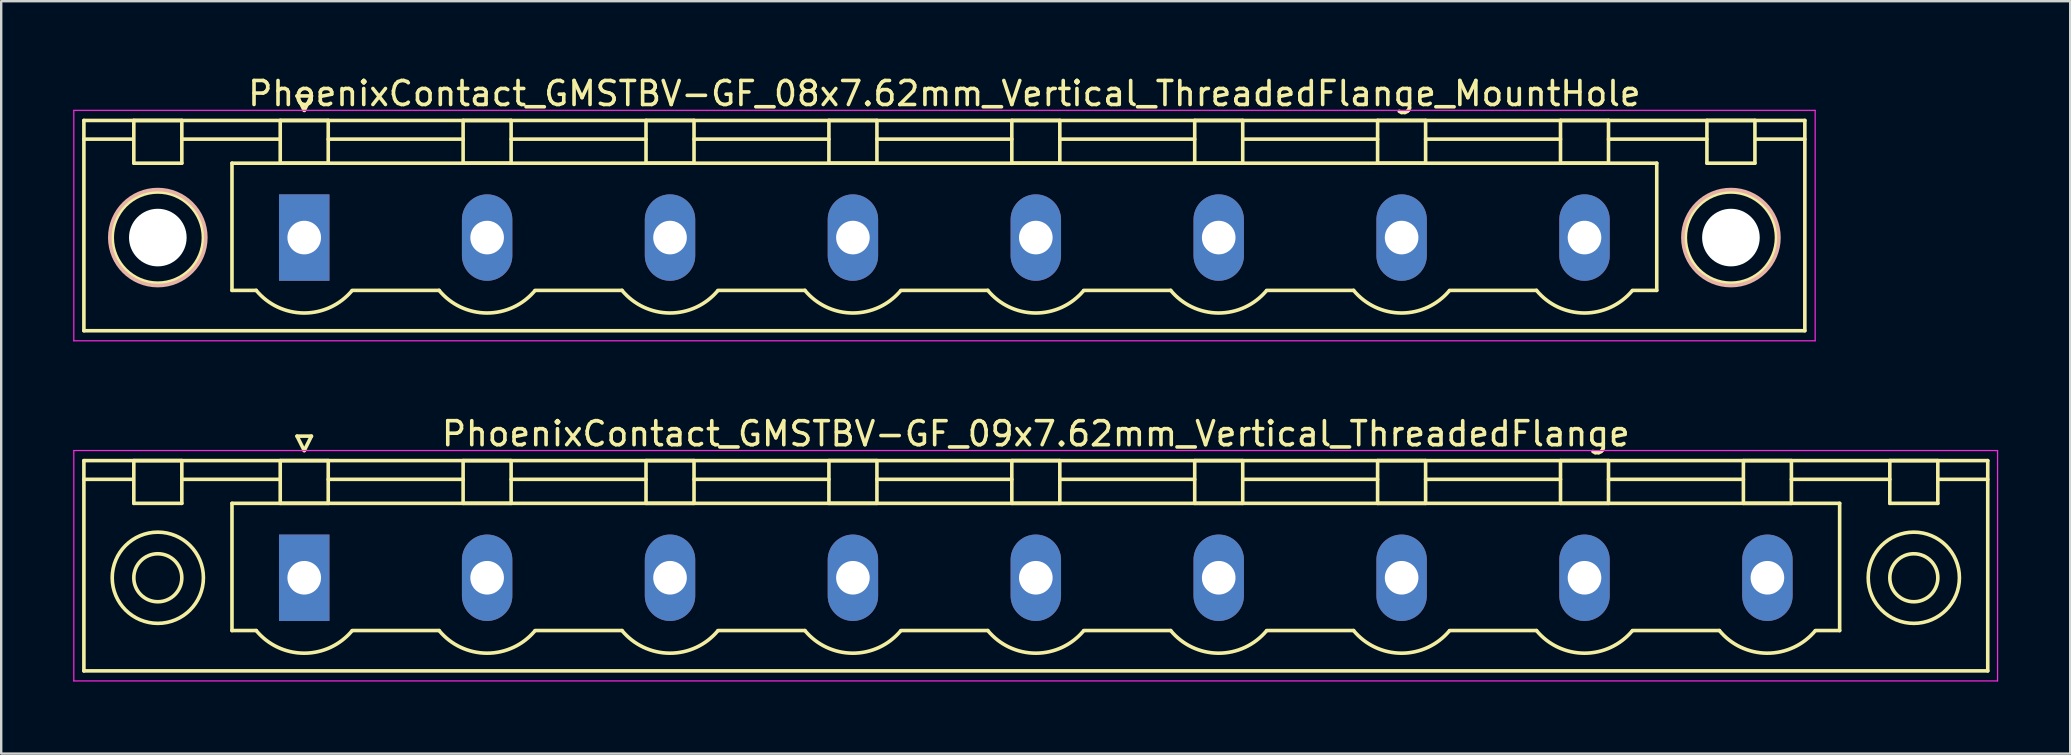
<source format=kicad_pcb>
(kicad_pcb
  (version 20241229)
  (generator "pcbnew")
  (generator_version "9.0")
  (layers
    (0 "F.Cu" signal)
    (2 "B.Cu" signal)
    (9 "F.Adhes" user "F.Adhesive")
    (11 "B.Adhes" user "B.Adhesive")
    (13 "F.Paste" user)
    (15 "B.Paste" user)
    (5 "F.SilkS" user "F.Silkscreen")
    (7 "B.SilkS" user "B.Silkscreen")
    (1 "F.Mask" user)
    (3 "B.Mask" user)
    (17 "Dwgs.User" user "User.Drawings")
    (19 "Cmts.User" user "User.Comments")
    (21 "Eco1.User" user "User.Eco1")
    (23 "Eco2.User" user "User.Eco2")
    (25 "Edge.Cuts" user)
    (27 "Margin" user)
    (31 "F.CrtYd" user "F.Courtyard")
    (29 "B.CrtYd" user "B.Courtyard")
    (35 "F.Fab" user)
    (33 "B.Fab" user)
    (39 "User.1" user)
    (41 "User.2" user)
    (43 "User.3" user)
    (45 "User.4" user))
  (footprint "PhoenixContact_GMSTBV-GF_08x7.62mm_Vertical_ThreadedFlange_MountHole"
    (layer "F.Cu")
    (at 9.625 6.848)
    (property "Reference" "PhoenixContact_GMSTBV-GF_08x7.62mm_Vertical_ThreadedFlange_MountHole" (at 26.67 -6 0) (layer "F.SilkS") (effects (font (size 1 1) (thickness 0.15))))
    (attr through_hole)
    (fp_line (start -9.18 -4.88) (end -9.18 3.88) (stroke (width 0.15) (type solid)) (layer "F.SilkS"))
    (fp_line (start -9.18 -4.1) (end -7.18 -4.1) (stroke (width 0.15) (type solid)) (layer "F.SilkS"))
    (fp_line (start -9.18 3.88) (end 62.52 3.88) (stroke (width 0.15) (type solid)) (layer "F.SilkS"))
    (fp_line (start -7.1 -4.88) (end -5.1 -4.88) (stroke (width 0.15) (type solid)) (layer "F.SilkS"))
    (fp_line (start -7.1 -3.1) (end -7.1 -4.88) (stroke (width 0.15) (type solid)) (layer "F.SilkS"))
    (fp_line (start -5.1 -4.88) (end -5.1 -3.1) (stroke (width 0.15) (type solid)) (layer "F.SilkS"))
    (fp_line (start -5.1 -4.1) (end -1 -4.1) (stroke (width 0.15) (type solid)) (layer "F.SilkS"))
    (fp_line (start -5.1 -3.1) (end -7.1 -3.1) (stroke (width 0.15) (type solid)) (layer "F.SilkS"))
    (fp_line (start -3.01 -3.1) (end 56.35 -3.1) (stroke (width 0.15) (type solid)) (layer "F.SilkS"))
    (fp_line (start -3.01 2.2) (end -3.01 -3.1) (stroke (width 0.15) (type solid)) (layer "F.SilkS"))
    (fp_line (start -2 2.2) (end -3.01 2.2) (stroke (width 0.15) (type solid)) (layer "F.SilkS"))
    (fp_line (start -1 -4.88) (end 1 -4.88) (stroke (width 0.15) (type solid)) (layer "F.SilkS"))
    (fp_line (start -1 -3.1) (end -1 -4.88) (stroke (width 0.15) (type solid)) (layer "F.SilkS"))
    (fp_line (start -0.3 -5.9) (end 0 -5.3) (stroke (width 0.15) (type solid)) (layer "F.SilkS"))
    (fp_line (start 0 -5.3) (end 0.3 -5.9) (stroke (width 0.15) (type solid)) (layer "F.SilkS"))
    (fp_line (start 0.3 -5.9) (end -0.3 -5.9) (stroke (width 0.15) (type solid)) (layer "F.SilkS"))
    (fp_line (start 1 -4.88) (end 1 -3.1) (stroke (width 0.15) (type solid)) (layer "F.SilkS"))
    (fp_line (start 1 -4.1) (end 6.62 -4.1) (stroke (width 0.15) (type solid)) (layer "F.SilkS"))
    (fp_line (start 1 -3.1) (end -1 -3.1) (stroke (width 0.15) (type solid)) (layer "F.SilkS"))
    (fp_line (start 2 2.2) (end 5.62 2.2) (stroke (width 0.15) (type solid)) (layer "F.SilkS"))
    (fp_line (start 6.62 -4.88) (end 8.62 -4.88) (stroke (width 0.15) (type solid)) (layer "F.SilkS"))
    (fp_line (start 6.62 -3.1) (end 6.62 -4.88) (stroke (width 0.15) (type solid)) (layer "F.SilkS"))
    (fp_line (start 8.62 -4.88) (end 8.62 -3.1) (stroke (width 0.15) (type solid)) (layer "F.SilkS"))
    (fp_line (start 8.62 -4.1) (end 14.24 -4.1) (stroke (width 0.15) (type solid)) (layer "F.SilkS"))
    (fp_line (start 8.62 -3.1) (end 6.62 -3.1) (stroke (width 0.15) (type solid)) (layer "F.SilkS"))
    (fp_line (start 9.62 2.2) (end 13.24 2.2) (stroke (width 0.15) (type solid)) (layer "F.SilkS"))
    (fp_line (start 14.24 -4.88) (end 16.24 -4.88) (stroke (width 0.15) (type solid)) (layer "F.SilkS"))
    (fp_line (start 14.24 -3.1) (end 14.24 -4.88) (stroke (width 0.15) (type solid)) (layer "F.SilkS"))
    (fp_line (start 16.24 -4.88) (end 16.24 -3.1) (stroke (width 0.15) (type solid)) (layer "F.SilkS"))
    (fp_line (start 16.24 -4.1) (end 21.86 -4.1) (stroke (width 0.15) (type solid)) (layer "F.SilkS"))
    (fp_line (start 16.24 -3.1) (end 14.24 -3.1) (stroke (width 0.15) (type solid)) (layer "F.SilkS"))
    (fp_line (start 17.24 2.2) (end 20.86 2.2) (stroke (width 0.15) (type solid)) (layer "F.SilkS"))
    (fp_line (start 21.86 -4.88) (end 23.86 -4.88) (stroke (width 0.15) (type solid)) (layer "F.SilkS"))
    (fp_line (start 21.86 -3.1) (end 21.86 -4.88) (stroke (width 0.15) (type solid)) (layer "F.SilkS"))
    (fp_line (start 23.86 -4.88) (end 23.86 -3.1) (stroke (width 0.15) (type solid)) (layer "F.SilkS"))
    (fp_line (start 23.86 -4.1) (end 29.48 -4.1) (stroke (width 0.15) (type solid)) (layer "F.SilkS"))
    (fp_line (start 23.86 -3.1) (end 21.86 -3.1) (stroke (width 0.15) (type solid)) (layer "F.SilkS"))
    (fp_line (start 24.86 2.2) (end 28.48 2.2) (stroke (width 0.15) (type solid)) (layer "F.SilkS"))
    (fp_line (start 29.48 -4.88) (end 31.48 -4.88) (stroke (width 0.15) (type solid)) (layer "F.SilkS"))
    (fp_line (start 29.48 -3.1) (end 29.48 -4.88) (stroke (width 0.15) (type solid)) (layer "F.SilkS"))
    (fp_line (start 31.48 -4.88) (end 31.48 -3.1) (stroke (width 0.15) (type solid)) (layer "F.SilkS"))
    (fp_line (start 31.48 -4.1) (end 37.1 -4.1) (stroke (width 0.15) (type solid)) (layer "F.SilkS"))
    (fp_line (start 31.48 -3.1) (end 29.48 -3.1) (stroke (width 0.15) (type solid)) (layer "F.SilkS"))
    (fp_line (start 32.48 2.2) (end 36.1 2.2) (stroke (width 0.15) (type solid)) (layer "F.SilkS"))
    (fp_line (start 37.1 -4.88) (end 39.1 -4.88) (stroke (width 0.15) (type solid)) (layer "F.SilkS"))
    (fp_line (start 37.1 -3.1) (end 37.1 -4.88) (stroke (width 0.15) (type solid)) (layer "F.SilkS"))
    (fp_line (start 39.1 -4.88) (end 39.1 -3.1) (stroke (width 0.15) (type solid)) (layer "F.SilkS"))
    (fp_line (start 39.1 -4.1) (end 44.72 -4.1) (stroke (width 0.15) (type solid)) (layer "F.SilkS"))
    (fp_line (start 39.1 -3.1) (end 37.1 -3.1) (stroke (width 0.15) (type solid)) (layer "F.SilkS"))
    (fp_line (start 40.1 2.2) (end 43.72 2.2) (stroke (width 0.15) (type solid)) (layer "F.SilkS"))
    (fp_line (start 44.72 -4.88) (end 46.72 -4.88) (stroke (width 0.15) (type solid)) (layer "F.SilkS"))
    (fp_line (start 44.72 -3.1) (end 44.72 -4.88) (stroke (width 0.15) (type solid)) (layer "F.SilkS"))
    (fp_line (start 46.72 -4.88) (end 46.72 -3.1) (stroke (width 0.15) (type solid)) (layer "F.SilkS"))
    (fp_line (start 46.72 -4.1) (end 52.34 -4.1) (stroke (width 0.15) (type solid)) (layer "F.SilkS"))
    (fp_line (start 46.72 -3.1) (end 44.72 -3.1) (stroke (width 0.15) (type solid)) (layer "F.SilkS"))
    (fp_line (start 47.72 2.2) (end 51.34 2.2) (stroke (width 0.15) (type solid)) (layer "F.SilkS"))
    (fp_line (start 52.34 -4.88) (end 54.34 -4.88) (stroke (width 0.15) (type solid)) (layer "F.SilkS"))
    (fp_line (start 52.34 -3.1) (end 52.34 -4.88) (stroke (width 0.15) (type solid)) (layer "F.SilkS"))
    (fp_line (start 54.34 -4.88) (end 54.34 -3.1) (stroke (width 0.15) (type solid)) (layer "F.SilkS"))
    (fp_line (start 54.34 -4.1) (end 58.44 -4.1) (stroke (width 0.15) (type solid)) (layer "F.SilkS"))
    (fp_line (start 54.34 -3.1) (end 52.34 -3.1) (stroke (width 0.15) (type solid)) (layer "F.SilkS"))
    (fp_line (start 56.35 -3.1) (end 56.35 2.2) (stroke (width 0.15) (type solid)) (layer "F.SilkS"))
    (fp_line (start 56.35 2.2) (end 55.34 2.2) (stroke (width 0.15) (type solid)) (layer "F.SilkS"))
    (fp_line (start 58.44 -4.88) (end 60.44 -4.88) (stroke (width 0.15) (type solid)) (layer "F.SilkS"))
    (fp_line (start 58.44 -3.1) (end 58.44 -4.88) (stroke (width 0.15) (type solid)) (layer "F.SilkS"))
    (fp_line (start 60.44 -4.88) (end 60.44 -3.1) (stroke (width 0.15) (type solid)) (layer "F.SilkS"))
    (fp_line (start 60.44 -3.1) (end 58.44 -3.1) (stroke (width 0.15) (type solid)) (layer "F.SilkS"))
    (fp_line (start 62.52 -4.88) (end -9.18 -4.88) (stroke (width 0.15) (type solid)) (layer "F.SilkS"))
    (fp_line (start 62.52 -4.1) (end 60.52 -4.1) (stroke (width 0.15) (type solid)) (layer "F.SilkS"))
    (fp_line (start 62.52 3.88) (end 62.52 -4.88) (stroke (width 0.15) (type solid)) (layer "F.SilkS"))
    (fp_arc (start 1.986842 2.215821) (mid -0.010289 3.142758) (end -2 2.2) (stroke (width 0.15) (type solid)) (layer "F.SilkS"))
    (fp_arc (start 9.606842 2.215821) (mid 7.609711 3.142758) (end 5.62 2.2) (stroke (width 0.15) (type solid)) (layer "F.SilkS"))
    (fp_arc (start 17.226842 2.215821) (mid 15.229711 3.142758) (end 13.24 2.2) (stroke (width 0.15) (type solid)) (layer "F.SilkS"))
    (fp_arc (start 24.846842 2.215821) (mid 22.849711 3.142758) (end 20.86 2.2) (stroke (width 0.15) (type solid)) (layer "F.SilkS"))
    (fp_arc (start 32.466842 2.215821) (mid 30.469711 3.142758) (end 28.48 2.2) (stroke (width 0.15) (type solid)) (layer "F.SilkS"))
    (fp_arc (start 40.086842 2.215821) (mid 38.089711 3.142758) (end 36.1 2.2) (stroke (width 0.15) (type solid)) (layer "F.SilkS"))
    (fp_arc (start 47.706842 2.215821) (mid 45.709711 3.142758) (end 43.72 2.2) (stroke (width 0.15) (type solid)) (layer "F.SilkS"))
    (fp_arc (start 55.326842 2.215821) (mid 53.329711 3.142758) (end 51.34 2.2) (stroke (width 0.15) (type solid)) (layer "F.SilkS"))
    (fp_circle (center -6.1 0) (end -4.2 0) (stroke (width 0.15) (type solid)) (fill no) (layer "F.SilkS"))
    (fp_circle (center 59.44 0) (end 61.34 0) (stroke (width 0.15) (type solid)) (fill no) (layer "F.SilkS"))
    (fp_circle (center -6.1 0) (end -4.1 0) (stroke (width 0.15) (type solid)) (fill no) (layer "B.SilkS"))
    (fp_circle (center 59.44 0) (end 61.44 0) (stroke (width 0.15) (type solid)) (fill no) (layer "B.SilkS"))
    (fp_line (start -9.6 -5.3) (end -9.6 4.3) (stroke (width 0.05) (type solid)) (layer "F.CrtYd"))
    (fp_line (start -9.6 4.3) (end 62.95 4.3) (stroke (width 0.05) (type solid)) (layer "F.CrtYd"))
    (fp_line (start 62.95 -5.3) (end -9.6 -5.3) (stroke (width 0.05) (type solid)) (layer "F.CrtYd"))
    (fp_line (start 62.95 4.3) (end 62.95 -5.3) (stroke (width 0.05) (type solid)) (layer "F.CrtYd"))
    (pad "" np_thru_hole circle (at -6.1 0) (size 2.4 2.4) (drill 2.4) (layers "*.Cu" "*.Mask"))
    (pad "" np_thru_hole circle (at 59.44 0) (size 2.4 2.4) (drill 2.4) (layers "*.Cu" "*.Mask"))
    (pad "1" thru_hole rect (at 0 0) (size 2.1 3.6) (drill 1.4) (layers "*.Cu" "*.Mask"))
    (pad "2" thru_hole oval (at 7.62 0) (size 2.1 3.6) (drill 1.4) (layers "*.Cu" "*.Mask"))
    (pad "3" thru_hole oval (at 15.24 0) (size 2.1 3.6) (drill 1.4) (layers "*.Cu" "*.Mask"))
    (pad "4" thru_hole oval (at 22.86 0) (size 2.1 3.6) (drill 1.4) (layers "*.Cu" "*.Mask"))
    (pad "5" thru_hole oval (at 30.48 0) (size 2.1 3.6) (drill 1.4) (layers "*.Cu" "*.Mask"))
    (pad "6" thru_hole oval (at 38.1 0) (size 2.1 3.6) (drill 1.4) (layers "*.Cu" "*.Mask"))
    (pad "7" thru_hole oval (at 45.72 0) (size 2.1 3.6) (drill 1.4) (layers "*.Cu" "*.Mask"))
    (pad "8" thru_hole oval (at 53.34 0) (size 2.1 3.6) (drill 1.4) (layers "*.Cu" "*.Mask")))
  (footprint "PhoenixContact_GMSTBV-GF_09x7.62mm_Vertical_ThreadedFlange"
    (layer "F.Cu")
    (at 9.625 21.021)
    (property "Reference" "PhoenixContact_GMSTBV-GF_09x7.62mm_Vertical_ThreadedFlange" (at 30.48 -6 0) (layer "F.SilkS") (effects (font (size 1 1) (thickness 0.15))))
    (attr through_hole)
    (fp_line (start -9.18 -4.88) (end -9.18 3.88) (stroke (width 0.15) (type solid)) (layer "F.SilkS"))
    (fp_line (start -9.18 -4.1) (end -7.18 -4.1) (stroke (width 0.15) (type solid)) (layer "F.SilkS"))
    (fp_line (start -9.18 3.88) (end 70.14 3.88) (stroke (width 0.15) (type solid)) (layer "F.SilkS"))
    (fp_line (start -7.1 -4.88) (end -5.1 -4.88) (stroke (width 0.15) (type solid)) (layer "F.SilkS"))
    (fp_line (start -7.1 -3.1) (end -7.1 -4.88) (stroke (width 0.15) (type solid)) (layer "F.SilkS"))
    (fp_line (start -5.1 -4.88) (end -5.1 -3.1) (stroke (width 0.15) (type solid)) (layer "F.SilkS"))
    (fp_line (start -5.1 -4.1) (end -1 -4.1) (stroke (width 0.15) (type solid)) (layer "F.SilkS"))
    (fp_line (start -5.1 -3.1) (end -7.1 -3.1) (stroke (width 0.15) (type solid)) (layer "F.SilkS"))
    (fp_line (start -3.01 -3.1) (end 63.97 -3.1) (stroke (width 0.15) (type solid)) (layer "F.SilkS"))
    (fp_line (start -3.01 2.2) (end -3.01 -3.1) (stroke (width 0.15) (type solid)) (layer "F.SilkS"))
    (fp_line (start -2 2.2) (end -3.01 2.2) (stroke (width 0.15) (type solid)) (layer "F.SilkS"))
    (fp_line (start -1 -4.88) (end 1 -4.88) (stroke (width 0.15) (type solid)) (layer "F.SilkS"))
    (fp_line (start -1 -3.1) (end -1 -4.88) (stroke (width 0.15) (type solid)) (layer "F.SilkS"))
    (fp_line (start -0.3 -5.9) (end 0 -5.3) (stroke (width 0.15) (type solid)) (layer "F.SilkS"))
    (fp_line (start 0 -5.3) (end 0.3 -5.9) (stroke (width 0.15) (type solid)) (layer "F.SilkS"))
    (fp_line (start 0.3 -5.9) (end -0.3 -5.9) (stroke (width 0.15) (type solid)) (layer "F.SilkS"))
    (fp_line (start 1 -4.88) (end 1 -3.1) (stroke (width 0.15) (type solid)) (layer "F.SilkS"))
    (fp_line (start 1 -4.1) (end 6.62 -4.1) (stroke (width 0.15) (type solid)) (layer "F.SilkS"))
    (fp_line (start 1 -3.1) (end -1 -3.1) (stroke (width 0.15) (type solid)) (layer "F.SilkS"))
    (fp_line (start 2 2.2) (end 5.62 2.2) (stroke (width 0.15) (type solid)) (layer "F.SilkS"))
    (fp_line (start 6.62 -4.88) (end 8.62 -4.88) (stroke (width 0.15) (type solid)) (layer "F.SilkS"))
    (fp_line (start 6.62 -3.1) (end 6.62 -4.88) (stroke (width 0.15) (type solid)) (layer "F.SilkS"))
    (fp_line (start 8.62 -4.88) (end 8.62 -3.1) (stroke (width 0.15) (type solid)) (layer "F.SilkS"))
    (fp_line (start 8.62 -4.1) (end 14.24 -4.1) (stroke (width 0.15) (type solid)) (layer "F.SilkS"))
    (fp_line (start 8.62 -3.1) (end 6.62 -3.1) (stroke (width 0.15) (type solid)) (layer "F.SilkS"))
    (fp_line (start 9.62 2.2) (end 13.24 2.2) (stroke (width 0.15) (type solid)) (layer "F.SilkS"))
    (fp_line (start 14.24 -4.88) (end 16.24 -4.88) (stroke (width 0.15) (type solid)) (layer "F.SilkS"))
    (fp_line (start 14.24 -3.1) (end 14.24 -4.88) (stroke (width 0.15) (type solid)) (layer "F.SilkS"))
    (fp_line (start 16.24 -4.88) (end 16.24 -3.1) (stroke (width 0.15) (type solid)) (layer "F.SilkS"))
    (fp_line (start 16.24 -4.1) (end 21.86 -4.1) (stroke (width 0.15) (type solid)) (layer "F.SilkS"))
    (fp_line (start 16.24 -3.1) (end 14.24 -3.1) (stroke (width 0.15) (type solid)) (layer "F.SilkS"))
    (fp_line (start 17.24 2.2) (end 20.86 2.2) (stroke (width 0.15) (type solid)) (layer "F.SilkS"))
    (fp_line (start 21.86 -4.88) (end 23.86 -4.88) (stroke (width 0.15) (type solid)) (layer "F.SilkS"))
    (fp_line (start 21.86 -3.1) (end 21.86 -4.88) (stroke (width 0.15) (type solid)) (layer "F.SilkS"))
    (fp_line (start 23.86 -4.88) (end 23.86 -3.1) (stroke (width 0.15) (type solid)) (layer "F.SilkS"))
    (fp_line (start 23.86 -4.1) (end 29.48 -4.1) (stroke (width 0.15) (type solid)) (layer "F.SilkS"))
    (fp_line (start 23.86 -3.1) (end 21.86 -3.1) (stroke (width 0.15) (type solid)) (layer "F.SilkS"))
    (fp_line (start 24.86 2.2) (end 28.48 2.2) (stroke (width 0.15) (type solid)) (layer "F.SilkS"))
    (fp_line (start 29.48 -4.88) (end 31.48 -4.88) (stroke (width 0.15) (type solid)) (layer "F.SilkS"))
    (fp_line (start 29.48 -3.1) (end 29.48 -4.88) (stroke (width 0.15) (type solid)) (layer "F.SilkS"))
    (fp_line (start 31.48 -4.88) (end 31.48 -3.1) (stroke (width 0.15) (type solid)) (layer "F.SilkS"))
    (fp_line (start 31.48 -4.1) (end 37.1 -4.1) (stroke (width 0.15) (type solid)) (layer "F.SilkS"))
    (fp_line (start 31.48 -3.1) (end 29.48 -3.1) (stroke (width 0.15) (type solid)) (layer "F.SilkS"))
    (fp_line (start 32.48 2.2) (end 36.1 2.2) (stroke (width 0.15) (type solid)) (layer "F.SilkS"))
    (fp_line (start 37.1 -4.88) (end 39.1 -4.88) (stroke (width 0.15) (type solid)) (layer "F.SilkS"))
    (fp_line (start 37.1 -3.1) (end 37.1 -4.88) (stroke (width 0.15) (type solid)) (layer "F.SilkS"))
    (fp_line (start 39.1 -4.88) (end 39.1 -3.1) (stroke (width 0.15) (type solid)) (layer "F.SilkS"))
    (fp_line (start 39.1 -4.1) (end 44.72 -4.1) (stroke (width 0.15) (type solid)) (layer "F.SilkS"))
    (fp_line (start 39.1 -3.1) (end 37.1 -3.1) (stroke (width 0.15) (type solid)) (layer "F.SilkS"))
    (fp_line (start 40.1 2.2) (end 43.72 2.2) (stroke (width 0.15) (type solid)) (layer "F.SilkS"))
    (fp_line (start 44.72 -4.88) (end 46.72 -4.88) (stroke (width 0.15) (type solid)) (layer "F.SilkS"))
    (fp_line (start 44.72 -3.1) (end 44.72 -4.88) (stroke (width 0.15) (type solid)) (layer "F.SilkS"))
    (fp_line (start 46.72 -4.88) (end 46.72 -3.1) (stroke (width 0.15) (type solid)) (layer "F.SilkS"))
    (fp_line (start 46.72 -4.1) (end 52.34 -4.1) (stroke (width 0.15) (type solid)) (layer "F.SilkS"))
    (fp_line (start 46.72 -3.1) (end 44.72 -3.1) (stroke (width 0.15) (type solid)) (layer "F.SilkS"))
    (fp_line (start 47.72 2.2) (end 51.34 2.2) (stroke (width 0.15) (type solid)) (layer "F.SilkS"))
    (fp_line (start 52.34 -4.88) (end 54.34 -4.88) (stroke (width 0.15) (type solid)) (layer "F.SilkS"))
    (fp_line (start 52.34 -3.1) (end 52.34 -4.88) (stroke (width 0.15) (type solid)) (layer "F.SilkS"))
    (fp_line (start 54.34 -4.88) (end 54.34 -3.1) (stroke (width 0.15) (type solid)) (layer "F.SilkS"))
    (fp_line (start 54.34 -4.1) (end 59.96 -4.1) (stroke (width 0.15) (type solid)) (layer "F.SilkS"))
    (fp_line (start 54.34 -3.1) (end 52.34 -3.1) (stroke (width 0.15) (type solid)) (layer "F.SilkS"))
    (fp_line (start 55.34 2.2) (end 58.96 2.2) (stroke (width 0.15) (type solid)) (layer "F.SilkS"))
    (fp_line (start 59.96 -4.88) (end 61.96 -4.88) (stroke (width 0.15) (type solid)) (layer "F.SilkS"))
    (fp_line (start 59.96 -3.1) (end 59.96 -4.88) (stroke (width 0.15) (type solid)) (layer "F.SilkS"))
    (fp_line (start 61.96 -4.88) (end 61.96 -3.1) (stroke (width 0.15) (type solid)) (layer "F.SilkS"))
    (fp_line (start 61.96 -4.1) (end 66.06 -4.1) (stroke (width 0.15) (type solid)) (layer "F.SilkS"))
    (fp_line (start 61.96 -3.1) (end 59.96 -3.1) (stroke (width 0.15) (type solid)) (layer "F.SilkS"))
    (fp_line (start 63.97 -3.1) (end 63.97 2.2) (stroke (width 0.15) (type solid)) (layer "F.SilkS"))
    (fp_line (start 63.97 2.2) (end 62.96 2.2) (stroke (width 0.15) (type solid)) (layer "F.SilkS"))
    (fp_line (start 66.06 -4.88) (end 68.06 -4.88) (stroke (width 0.15) (type solid)) (layer "F.SilkS"))
    (fp_line (start 66.06 -3.1) (end 66.06 -4.88) (stroke (width 0.15) (type solid)) (layer "F.SilkS"))
    (fp_line (start 68.06 -4.88) (end 68.06 -3.1) (stroke (width 0.15) (type solid)) (layer "F.SilkS"))
    (fp_line (start 68.06 -3.1) (end 66.06 -3.1) (stroke (width 0.15) (type solid)) (layer "F.SilkS"))
    (fp_line (start 70.14 -4.88) (end -9.18 -4.88) (stroke (width 0.15) (type solid)) (layer "F.SilkS"))
    (fp_line (start 70.14 -4.1) (end 68.14 -4.1) (stroke (width 0.15) (type solid)) (layer "F.SilkS"))
    (fp_line (start 70.14 3.88) (end 70.14 -4.88) (stroke (width 0.15) (type solid)) (layer "F.SilkS"))
    (fp_arc (start 1.986842 2.215821) (mid -0.010289 3.142758) (end -2 2.2) (stroke (width 0.15) (type solid)) (layer "F.SilkS"))
    (fp_arc (start 9.606842 2.215821) (mid 7.609711 3.142758) (end 5.62 2.2) (stroke (width 0.15) (type solid)) (layer "F.SilkS"))
    (fp_arc (start 17.226842 2.215821) (mid 15.229711 3.142758) (end 13.24 2.2) (stroke (width 0.15) (type solid)) (layer "F.SilkS"))
    (fp_arc (start 24.846842 2.215821) (mid 22.849711 3.142758) (end 20.86 2.2) (stroke (width 0.15) (type solid)) (layer "F.SilkS"))
    (fp_arc (start 32.466842 2.215821) (mid 30.469711 3.142758) (end 28.48 2.2) (stroke (width 0.15) (type solid)) (layer "F.SilkS"))
    (fp_arc (start 40.086842 2.215821) (mid 38.089711 3.142758) (end 36.1 2.2) (stroke (width 0.15) (type solid)) (layer "F.SilkS"))
    (fp_arc (start 47.706842 2.215821) (mid 45.709711 3.142758) (end 43.72 2.2) (stroke (width 0.15) (type solid)) (layer "F.SilkS"))
    (fp_arc (start 55.326842 2.215821) (mid 53.329711 3.142758) (end 51.34 2.2) (stroke (width 0.15) (type solid)) (layer "F.SilkS"))
    (fp_arc (start 62.946842 2.215821) (mid 60.949711 3.142758) (end 58.96 2.2) (stroke (width 0.15) (type solid)) (layer "F.SilkS"))
    (fp_circle (center -6.1 0) (end -5.1 0) (stroke (width 0.15) (type solid)) (fill no) (layer "F.SilkS"))
    (fp_circle (center -6.1 0) (end -4.2 0) (stroke (width 0.15) (type solid)) (fill no) (layer "F.SilkS"))
    (fp_circle (center 67.06 0) (end 68.06 0) (stroke (width 0.15) (type solid)) (fill no) (layer "F.SilkS"))
    (fp_circle (center 67.06 0) (end 68.96 0) (stroke (width 0.15) (type solid)) (fill no) (layer "F.SilkS"))
    (fp_line (start -9.6 -5.3) (end -9.6 4.3) (stroke (width 0.05) (type solid)) (layer "F.CrtYd"))
    (fp_line (start -9.6 4.3) (end 70.55 4.3) (stroke (width 0.05) (type solid)) (layer "F.CrtYd"))
    (fp_line (start 70.55 -5.3) (end -9.6 -5.3) (stroke (width 0.05) (type solid)) (layer "F.CrtYd"))
    (fp_line (start 70.55 4.3) (end 70.55 -5.3) (stroke (width 0.05) (type solid)) (layer "F.CrtYd"))
    (pad "1" thru_hole rect (at 0 0) (size 2.1 3.6) (drill 1.4) (layers "*.Cu" "*.Mask"))
    (pad "2" thru_hole oval (at 7.62 0) (size 2.1 3.6) (drill 1.4) (layers "*.Cu" "*.Mask"))
    (pad "3" thru_hole oval (at 15.24 0) (size 2.1 3.6) (drill 1.4) (layers "*.Cu" "*.Mask"))
    (pad "4" thru_hole oval (at 22.86 0) (size 2.1 3.6) (drill 1.4) (layers "*.Cu" "*.Mask"))
    (pad "5" thru_hole oval (at 30.48 0) (size 2.1 3.6) (drill 1.4) (layers "*.Cu" "*.Mask"))
    (pad "6" thru_hole oval (at 38.1 0) (size 2.1 3.6) (drill 1.4) (layers "*.Cu" "*.Mask"))
    (pad "7" thru_hole oval (at 45.72 0) (size 2.1 3.6) (drill 1.4) (layers "*.Cu" "*.Mask"))
    (pad "8" thru_hole oval (at 53.34 0) (size 2.1 3.6) (drill 1.4) (layers "*.Cu" "*.Mask"))
    (pad "9" thru_hole oval (at 60.96 0) (size 2.1 3.6) (drill 1.4) (layers "*.Cu" "*.Mask")))
  (gr_rect
    (start -3 -3)
    (end 83.2 28.346)
    (stroke (width 0.1) (type default))
    (fill no)
    (layer "Edge.Cuts")))
</source>
